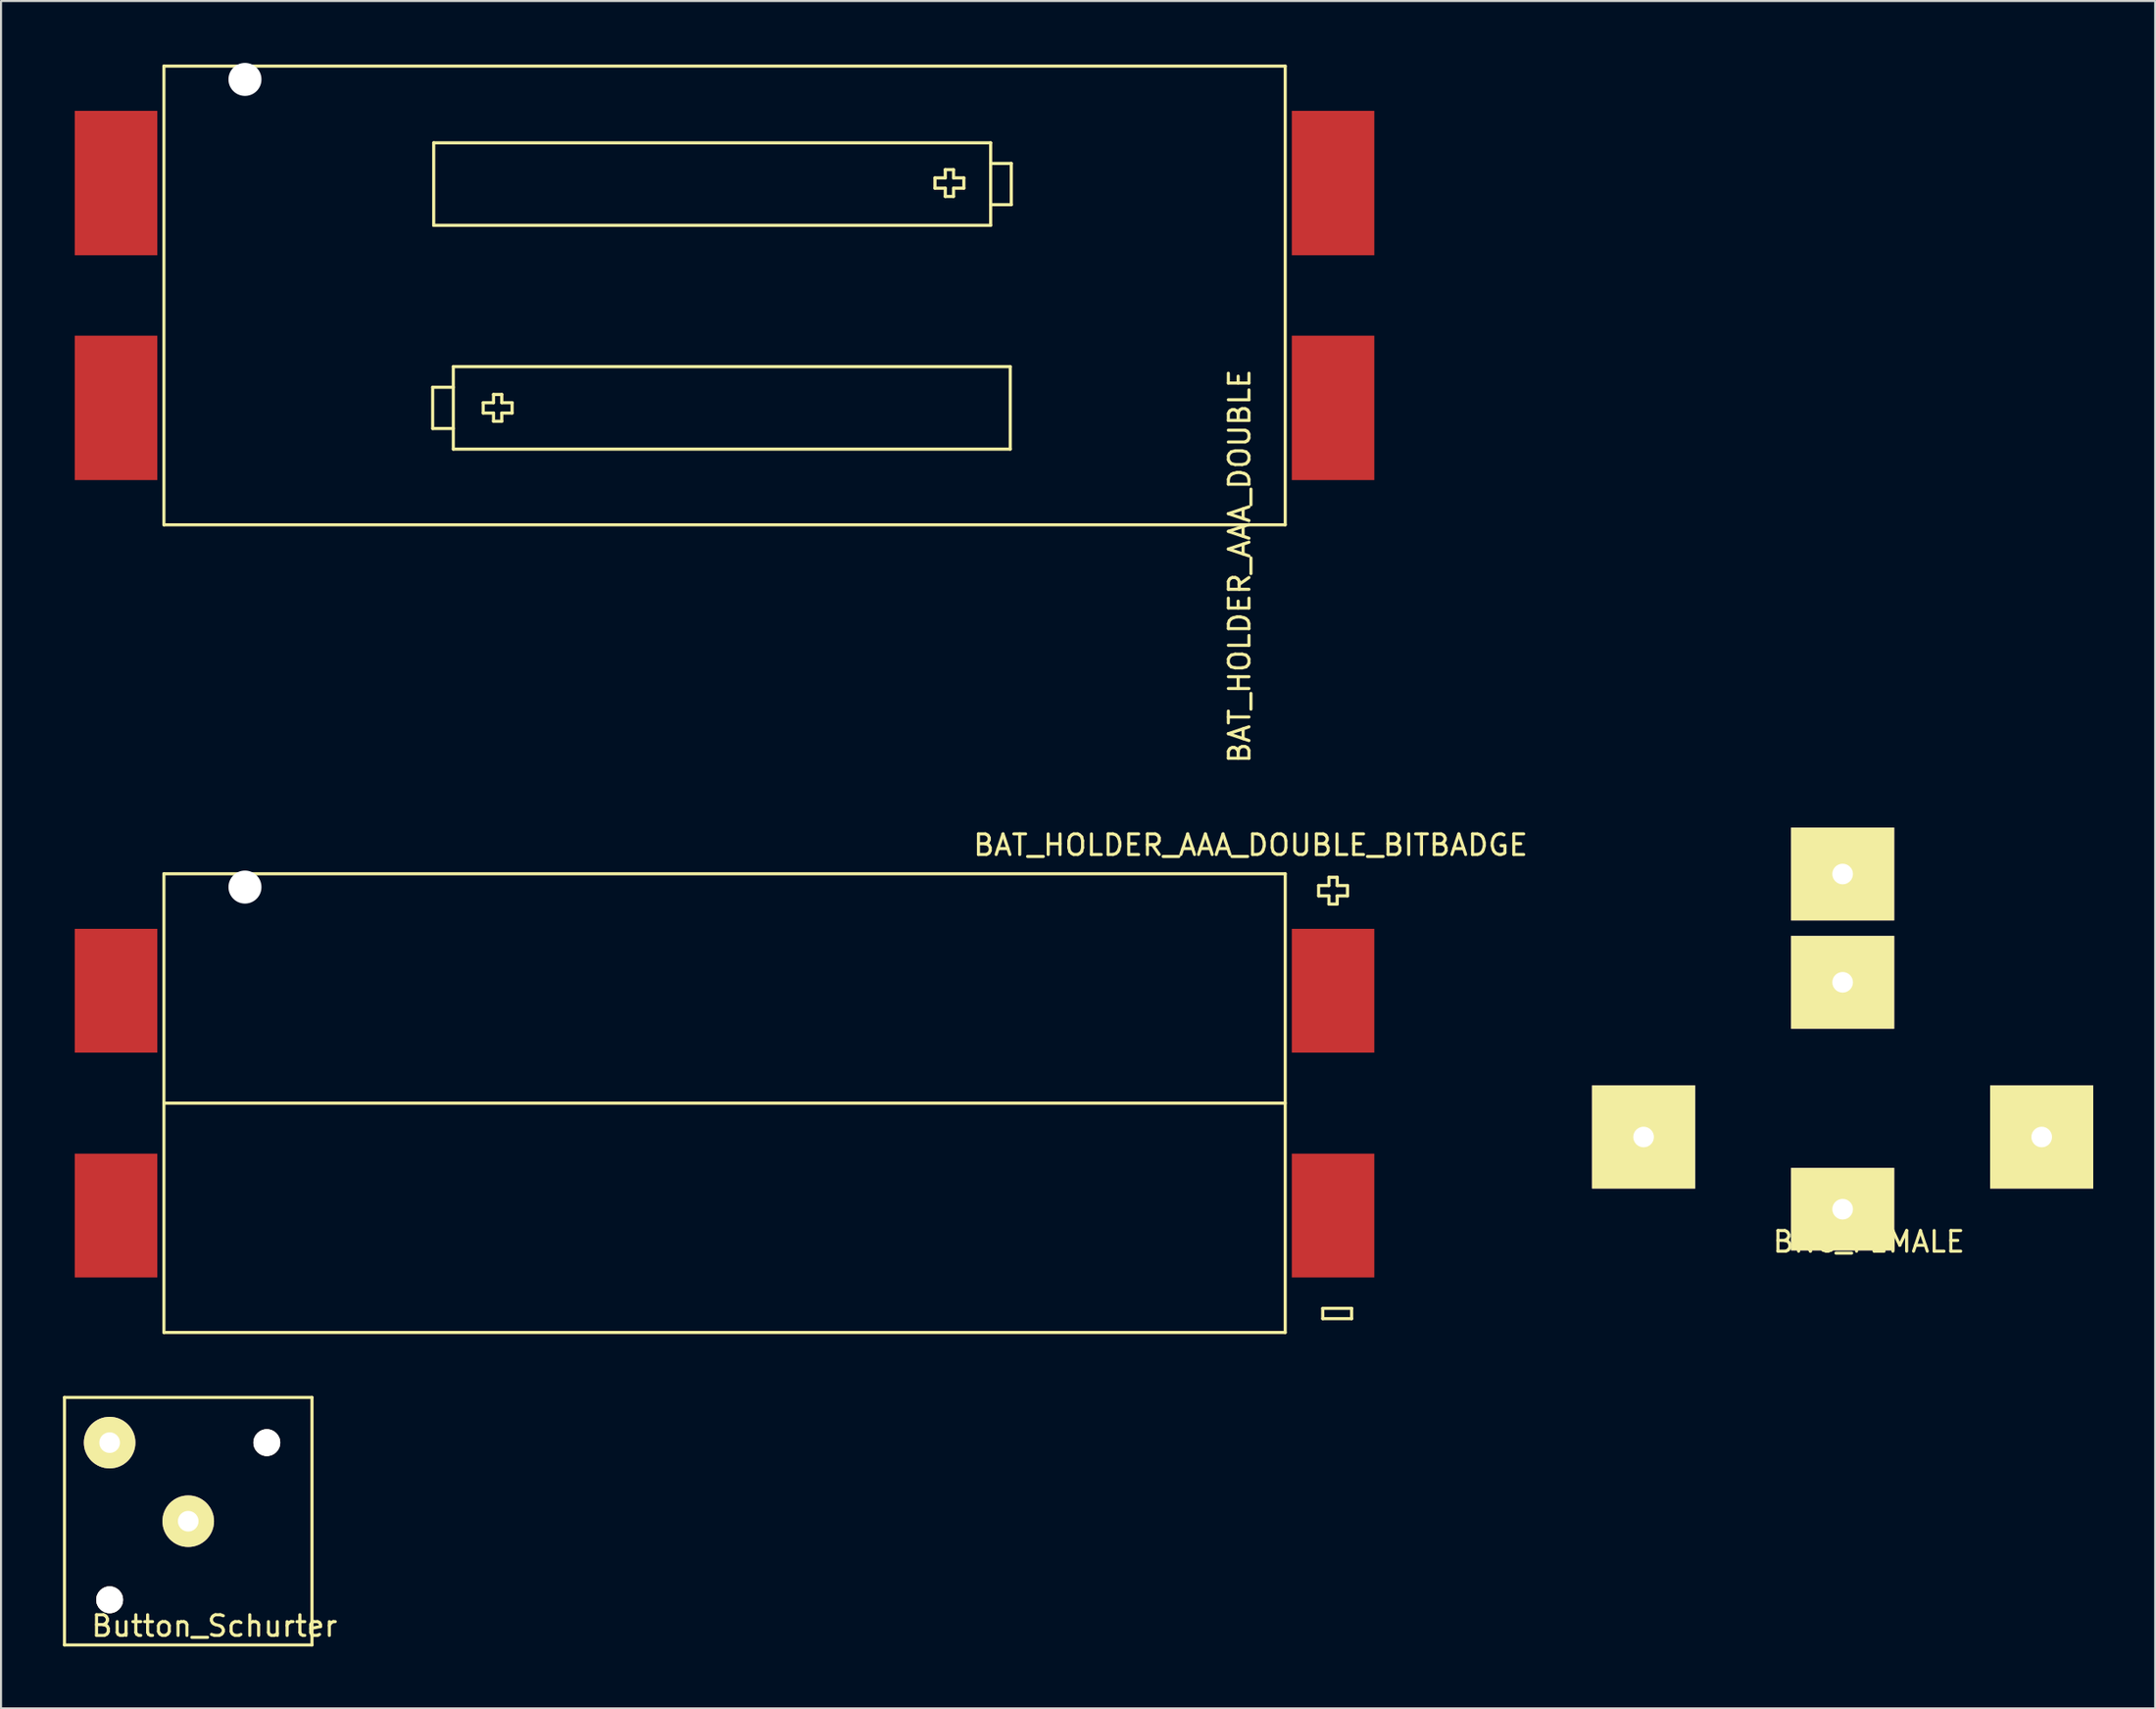
<source format=kicad_pcb>
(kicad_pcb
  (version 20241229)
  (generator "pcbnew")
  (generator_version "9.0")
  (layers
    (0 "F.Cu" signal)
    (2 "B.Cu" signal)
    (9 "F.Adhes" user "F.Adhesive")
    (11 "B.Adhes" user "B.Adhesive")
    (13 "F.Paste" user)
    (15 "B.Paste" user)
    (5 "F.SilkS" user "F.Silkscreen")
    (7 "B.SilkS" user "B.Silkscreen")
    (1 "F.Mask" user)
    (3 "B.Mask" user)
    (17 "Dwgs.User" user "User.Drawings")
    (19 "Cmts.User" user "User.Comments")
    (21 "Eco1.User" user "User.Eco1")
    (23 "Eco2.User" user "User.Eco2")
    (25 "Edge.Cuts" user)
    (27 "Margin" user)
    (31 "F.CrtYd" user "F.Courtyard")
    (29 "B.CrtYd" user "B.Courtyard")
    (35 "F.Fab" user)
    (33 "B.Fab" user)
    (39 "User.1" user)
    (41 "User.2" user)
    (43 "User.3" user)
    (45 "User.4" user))
  (footprint "BAT_HOLDER_AAA_DOUBLE_BITBADGE"
    (layer "F.Cu")
    (at 32.076 50.434)
    (property "Reference" "BAT_HOLDER_AAA_DOUBLE_BITBADGE" (at 25.5 -12.51 0) (layer "F.SilkS") (effects (font (size 1 1) (thickness 0.15))))
    (attr through_hole)
    (fp_line (start -27.18 -11.12) (end -27.18 11.12) (stroke (width 0.15) (type solid)) (layer "F.SilkS"))
    (fp_line (start -27.18 -11.12) (end 27.18 -11.12) (stroke (width 0.15) (type solid)) (layer "F.SilkS"))
    (fp_line (start -27.18 0) (end 27.18 0) (stroke (width 0.15) (type solid)) (layer "F.SilkS"))
    (fp_line (start -27.18 11.12) (end 27.18 11.12) (stroke (width 0.15) (type solid)) (layer "F.SilkS"))
    (fp_line (start 27.18 11.12) (end 27.18 -11.12) (stroke (width 0.15) (type solid)) (layer "F.SilkS"))
    (fp_line (start 28.8 -10.05) (end 28.8 -10.55) (stroke (width 0.152) (type solid)) (layer "F.SilkS"))
    (fp_line (start 28.8 -10.05) (end 29.3 -10.05) (stroke (width 0.152) (type solid)) (layer "F.SilkS"))
    (fp_line (start 29 10.45) (end 29 9.95) (stroke (width 0.152) (type solid)) (layer "F.SilkS"))
    (fp_line (start 29 10.45) (end 30.4 10.45) (stroke (width 0.152) (type solid)) (layer "F.SilkS"))
    (fp_line (start 29.3 -10.95) (end 29.7 -10.95) (stroke (width 0.152) (type solid)) (layer "F.SilkS"))
    (fp_line (start 29.3 -10.55) (end 28.8 -10.55) (stroke (width 0.152) (type solid)) (layer "F.SilkS"))
    (fp_line (start 29.3 -10.55) (end 29.3 -10.95) (stroke (width 0.152) (type solid)) (layer "F.SilkS"))
    (fp_line (start 29.3 -9.65) (end 29.3 -10.05) (stroke (width 0.152) (type solid)) (layer "F.SilkS"))
    (fp_line (start 29.7 -10.95) (end 29.7 -10.55) (stroke (width 0.152) (type solid)) (layer "F.SilkS"))
    (fp_line (start 29.7 -10.55) (end 30.2 -10.55) (stroke (width 0.152) (type solid)) (layer "F.SilkS"))
    (fp_line (start 29.7 -10.05) (end 29.7 -9.65) (stroke (width 0.152) (type solid)) (layer "F.SilkS"))
    (fp_line (start 29.7 -9.65) (end 29.3 -9.65) (stroke (width 0.152) (type solid)) (layer "F.SilkS"))
    (fp_line (start 30.2 -10.55) (end 30.2 -10.05) (stroke (width 0.152) (type solid)) (layer "F.SilkS"))
    (fp_line (start 30.2 -10.05) (end 29.7 -10.05) (stroke (width 0.152) (type solid)) (layer "F.SilkS"))
    (fp_line (start 30.4 9.95) (end 29 9.95) (stroke (width 0.152) (type solid)) (layer "F.SilkS"))
    (fp_line (start 30.4 9.95) (end 30.4 10.45) (stroke (width 0.152) (type solid)) (layer "F.SilkS"))
    (fp_line (start 31 -5.45) (end -31 -5.45) (stroke (width 0.152) (type solid)) (layer "Eco2.User"))
    (fp_line (start 32 5.45) (end -32 5.45) (stroke (width 0.152) (type solid)) (layer "Eco2.User"))
    (pad "" np_thru_hole circle (at -23.25 -10.475) (size 1.6 1.6) (drill 1.6) (layers "*.Cu" "*.Mask"))
    (pad "1" smd rect (at 29.5 -5.45) (size 4 6) (layers "F.Cu" "F.Mask" "F.Paste"))
    (pad "2" smd rect (at -29.5 -5.45) (size 4 6) (layers "F.Cu" "F.Mask" "F.Paste"))
    (pad "3" smd rect (at -29.5 5.45) (size 4 6) (layers "F.Cu" "F.Mask" "F.Paste"))
    (pad "4" smd rect (at 29.5 5.45) (size 4 6) (layers "F.Cu" "F.Mask" "F.Paste")))
  (footprint "BAT_HOLDER_AAA_DOUBLE"
    (layer "F.Cu")
    (at 32.076 11.275)
    (property "Reference" "BAT_HOLDER_AAA_DOUBLE" (at 24.968 13.128 90) (layer "F.SilkS") (effects (font (size 1 1) (thickness 0.15))))
    (attr through_hole)
    (fp_line (start -27.18 -11.12) (end -27.18 11.12) (stroke (width 0.15) (type solid)) (layer "F.SilkS"))
    (fp_line (start -27.18 -11.12) (end 27.18 -11.12) (stroke (width 0.15) (type solid)) (layer "F.SilkS"))
    (fp_line (start -27.18 11.12) (end 27.18 11.12) (stroke (width 0.15) (type solid)) (layer "F.SilkS"))
    (fp_line (start -14.15 4.45) (end -14.15 6.45) (stroke (width 0.152) (type solid)) (layer "F.SilkS"))
    (fp_line (start -14.15 4.45) (end -13.15 4.45) (stroke (width 0.152) (type solid)) (layer "F.SilkS"))
    (fp_line (start -14.1 -7.4) (end -14.1 -3.4) (stroke (width 0.152) (type solid)) (layer "F.SilkS"))
    (fp_line (start -14.1 -7.4) (end 12.9 -7.4) (stroke (width 0.152) (type solid)) (layer "F.SilkS"))
    (fp_line (start -13.15 3.45) (end 13.85 3.45) (stroke (width 0.152) (type solid)) (layer "F.SilkS"))
    (fp_line (start -13.15 6.45) (end -14.15 6.45) (stroke (width 0.152) (type solid)) (layer "F.SilkS"))
    (fp_line (start -13.15 7.45) (end -13.15 3.45) (stroke (width 0.152) (type solid)) (layer "F.SilkS"))
    (fp_line (start -11.7 5.7) (end -11.7 5.2) (stroke (width 0.152) (type solid)) (layer "F.SilkS"))
    (fp_line (start -11.7 5.7) (end -11.2 5.7) (stroke (width 0.152) (type solid)) (layer "F.SilkS"))
    (fp_line (start -11.2 4.8) (end -10.8 4.8) (stroke (width 0.152) (type solid)) (layer "F.SilkS"))
    (fp_line (start -11.2 5.2) (end -11.7 5.2) (stroke (width 0.152) (type solid)) (layer "F.SilkS"))
    (fp_line (start -11.2 5.2) (end -11.2 4.8) (stroke (width 0.152) (type solid)) (layer "F.SilkS"))
    (fp_line (start -11.2 6.1) (end -11.2 5.7) (stroke (width 0.152) (type solid)) (layer "F.SilkS"))
    (fp_line (start -10.8 4.8) (end -10.8 5.2) (stroke (width 0.152) (type solid)) (layer "F.SilkS"))
    (fp_line (start -10.8 5.2) (end -10.3 5.2) (stroke (width 0.152) (type solid)) (layer "F.SilkS"))
    (fp_line (start -10.8 5.7) (end -10.8 6.1) (stroke (width 0.152) (type solid)) (layer "F.SilkS"))
    (fp_line (start -10.8 6.1) (end -11.2 6.1) (stroke (width 0.152) (type solid)) (layer "F.SilkS"))
    (fp_line (start -10.3 5.2) (end -10.3 5.7) (stroke (width 0.152) (type solid)) (layer "F.SilkS"))
    (fp_line (start -10.3 5.7) (end -10.8 5.7) (stroke (width 0.152) (type solid)) (layer "F.SilkS"))
    (fp_line (start 10.2 -5.2) (end 10.2 -5.7) (stroke (width 0.152) (type solid)) (layer "F.SilkS"))
    (fp_line (start 10.2 -5.2) (end 10.7 -5.2) (stroke (width 0.152) (type solid)) (layer "F.SilkS"))
    (fp_line (start 10.7 -6.1) (end 11.1 -6.1) (stroke (width 0.152) (type solid)) (layer "F.SilkS"))
    (fp_line (start 10.7 -5.7) (end 10.2 -5.7) (stroke (width 0.152) (type solid)) (layer "F.SilkS"))
    (fp_line (start 10.7 -5.7) (end 10.7 -6.1) (stroke (width 0.152) (type solid)) (layer "F.SilkS"))
    (fp_line (start 10.7 -4.8) (end 10.7 -5.2) (stroke (width 0.152) (type solid)) (layer "F.SilkS"))
    (fp_line (start 11.1 -6.1) (end 11.1 -5.7) (stroke (width 0.152) (type solid)) (layer "F.SilkS"))
    (fp_line (start 11.1 -5.7) (end 11.6 -5.7) (stroke (width 0.152) (type solid)) (layer "F.SilkS"))
    (fp_line (start 11.1 -5.2) (end 11.1 -4.8) (stroke (width 0.152) (type solid)) (layer "F.SilkS"))
    (fp_line (start 11.1 -4.8) (end 10.7 -4.8) (stroke (width 0.152) (type solid)) (layer "F.SilkS"))
    (fp_line (start 11.6 -5.7) (end 11.6 -5.2) (stroke (width 0.152) (type solid)) (layer "F.SilkS"))
    (fp_line (start 11.6 -5.2) (end 11.1 -5.2) (stroke (width 0.152) (type solid)) (layer "F.SilkS"))
    (fp_line (start 12.9 -7.4) (end 12.9 -3.4) (stroke (width 0.152) (type solid)) (layer "F.SilkS"))
    (fp_line (start 12.9 -6.4) (end 13.9 -6.4) (stroke (width 0.152) (type solid)) (layer "F.SilkS"))
    (fp_line (start 12.9 -3.4) (end -14.1 -3.4) (stroke (width 0.152) (type solid)) (layer "F.SilkS"))
    (fp_line (start 13.85 7.45) (end -13.15 7.45) (stroke (width 0.152) (type solid)) (layer "F.SilkS"))
    (fp_line (start 13.85 7.45) (end 13.85 3.45) (stroke (width 0.152) (type solid)) (layer "F.SilkS"))
    (fp_line (start 13.9 -4.4) (end 12.9 -4.4) (stroke (width 0.152) (type solid)) (layer "F.SilkS"))
    (fp_line (start 13.9 -4.4) (end 13.9 -6.4) (stroke (width 0.152) (type solid)) (layer "F.SilkS"))
    (fp_line (start 27.18 11.12) (end 27.18 -11.12) (stroke (width 0.15) (type solid)) (layer "F.SilkS"))
    (fp_line (start 31 -5.45) (end -31 -5.45) (stroke (width 0.152) (type solid)) (layer "Eco2.User"))
    (fp_line (start 32 5.45) (end -32 5.45) (stroke (width 0.152) (type solid)) (layer "Eco2.User"))
    (pad "" np_thru_hole circle (at -23.25 -10.475) (size 1.6 1.6) (drill 1.6) (layers "*.Cu" "*.Mask"))
    (pad "1" smd rect (at 29.5 -5.45) (size 4 7) (layers "F.Cu" "F.Mask" "F.Paste"))
    (pad "2" smd rect (at -29.5 -5.45) (size 4 7) (layers "F.Cu" "F.Mask" "F.Paste"))
    (pad "3" smd rect (at -29.5 5.45) (size 4 7) (layers "F.Cu" "F.Mask" "F.Paste"))
    (pad "4" smd rect (at 29.5 5.45) (size 4 7) (layers "F.Cu" "F.Mask" "F.Paste")))
  (footprint "Button_Schurter"
    (layer "F.Cu")
    (at 6.075 70.704)
    (property "Reference" "Button_Schurter" (at 1.27 5.08 0) (layer "F.SilkS") (effects (font (size 1 1) (thickness 0.15))))
    (attr through_hole)
    (fp_line (start -6 -6) (end -6 6) (stroke (width 0.15) (type solid)) (layer "F.SilkS"))
    (fp_line (start -6 6) (end 6 6) (stroke (width 0.15) (type solid)) (layer "F.SilkS"))
    (fp_line (start 6 -6) (end -6 -6) (stroke (width 0.15) (type solid)) (layer "F.SilkS"))
    (fp_line (start 6 6) (end 6 -6) (stroke (width 0.15) (type solid)) (layer "F.SilkS"))
    (pad "" thru_hole circle (at -3.81 3.81) (size 1.3 1.3) (drill 1.3) (layers "*.Cu" "*.Mask" "F.SilkS"))
    (pad "" thru_hole circle (at 3.81 -3.81) (size 1.3 1.3) (drill 1.3) (layers "*.Cu" "*.Mask" "F.SilkS"))
    (pad "1" thru_hole circle (at 0 0) (size 2.5 2.5) (drill 1) (layers "*.Cu" "*.Mask" "F.SilkS"))
    (pad "2" thru_hole circle (at -3.81 -3.81) (size 2.5 2.5) (drill 1) (layers "*.Cu" "*.Mask" "F.SilkS")))
  (footprint "BNC_FEMALE"
    (layer "F.Cu")
    (at 86.28 52.076)
    (property "Reference" "BNC_FEMALE" (at 1.27 5.08 0) (layer "F.SilkS") (effects (font (size 1 1) (thickness 0.15))))
    (attr through_hole)
    (pad "1" thru_hole rect (at 0 -12.75) (size 5 4.5) (drill 1) (layers "*.Cu" "*.Mask" "F.SilkS"))
    (pad "2" thru_hole rect (at -9.65 0) (size 5 5) (drill 1) (layers "*.Cu" "*.Mask" "F.SilkS"))
    (pad "2" thru_hole rect (at 0 -7.5) (size 5 4.5) (drill 1) (layers "*.Cu" "*.Mask" "F.SilkS"))
    (pad "2" thru_hole rect (at 0 3.5) (size 5 4) (drill 1) (layers "*.Cu" "*.Mask" "F.SilkS"))
    (pad "2" thru_hole rect (at 9.65 0) (size 5 5) (drill 1) (layers "*.Cu" "*.Mask" "F.SilkS")))
  (gr_rect
    (start -3 -3)
    (end 101.43 79.779)
    (stroke (width 0.1) (type default))
    (fill no)
    (layer "Edge.Cuts")))
</source>
